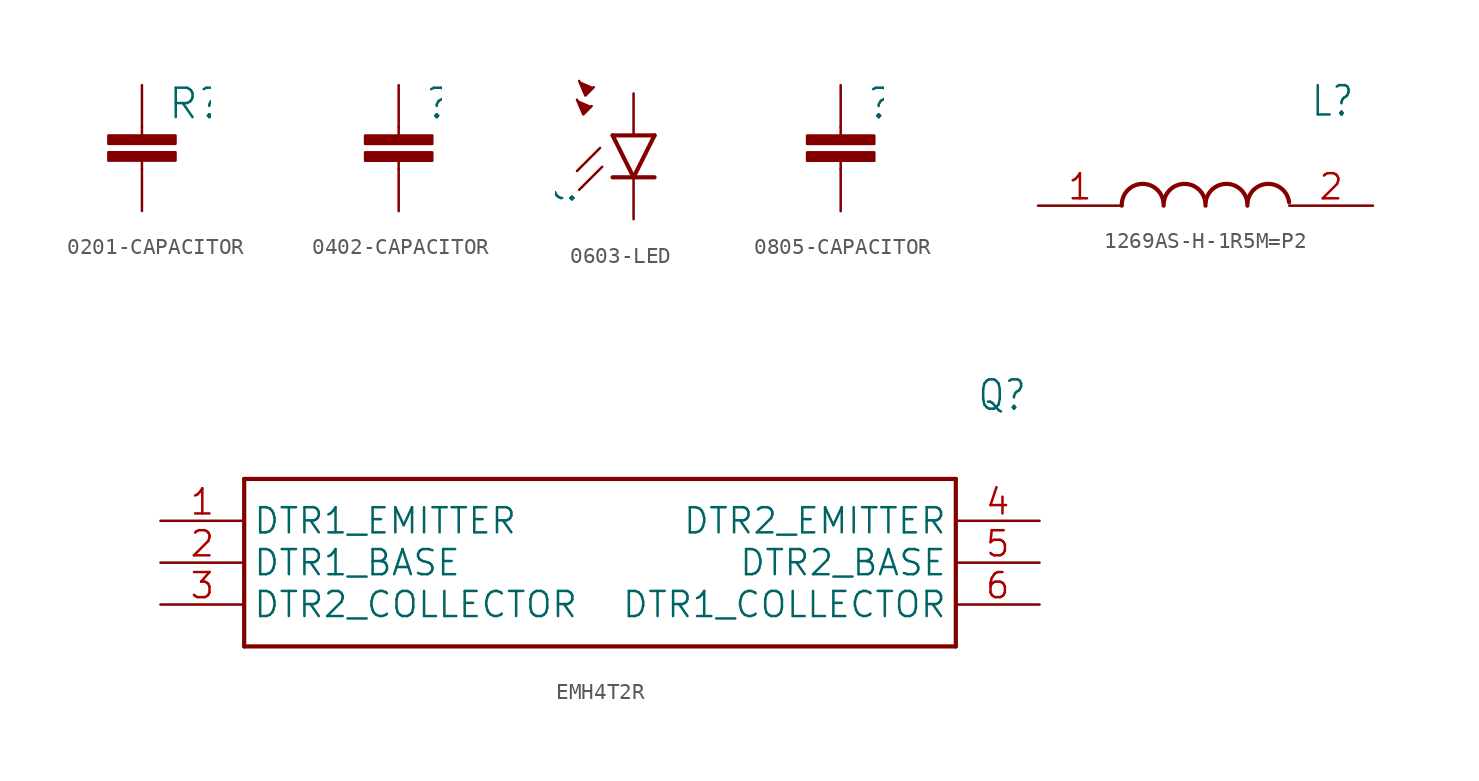
<source format=kicad_sym>
(kicad_symbol_lib
  (version 20241209)
  (generator "kicad_symbol_editor")
  (generator_version "9.0")
  (symbol "0201-CAPACITOR"
    (property "Reference" "R"
      (at 1.524 2.921 0)
      (effects (font (size 1.778 1.778)) (justify left bottom)))
    (property "Value" ""
      (at 1.524 -2.159 0)
      (effects (font (size 1.778 1.778)) (justify left bottom)))
    (property "ki_locked" ""
      (at 0 0 0)
      (effects (font (size 1.27 1.27))))
    (symbol "0201-CAPACITOR_1_0"
      (rectangle (start -2.032 1.524) (end 2.032 2.032) (stroke (width 0) (type default)) (fill (type outline)))
      (rectangle (start -2.032 0.508) (end 2.032 1.016) (stroke (width 0) (type default)) (fill (type outline)))
      (polyline (pts (xy 0 2.54) (xy 0 2.032)) (stroke (width 0.152) (type solid)) (fill (type none)))
      (polyline (pts (xy 0 0) (xy 0 0.508)) (stroke (width 0.152) (type solid)) (fill (type none)))
      (pin passive line (at 0 5.08 270) (length 2.54) (name "1" (effects (font (size 0 0)))) (number "1" (effects (font (size 0 0)))))
      (pin passive line (at 0 -2.54 90) (length 2.54) (name "2" (effects (font (size 0 0)))) (number "2" (effects (font (size 0 0)))))))
  (symbol "0402-CAPACITOR"
    (property "Reference" ""
      (at 1.524 2.921 0)
      (effects (font (size 1.778 1.778)) (justify left bottom)))
    (property "Value" ""
      (at 1.524 -2.159 0)
      (effects (font (size 1.778 1.778)) (justify left bottom)))
    (property "ki_locked" ""
      (at 0 0 0)
      (effects (font (size 1.27 1.27))))
    (symbol "0402-CAPACITOR_1_0"
      (rectangle (start -2.032 1.524) (end 2.032 2.032) (stroke (width 0) (type default)) (fill (type outline)))
      (rectangle (start -2.032 0.508) (end 2.032 1.016) (stroke (width 0) (type default)) (fill (type outline)))
      (polyline (pts (xy 0 2.54) (xy 0 2.032)) (stroke (width 0.152) (type solid)) (fill (type none)))
      (polyline (pts (xy 0 0) (xy 0 0.508)) (stroke (width 0.152) (type solid)) (fill (type none)))
      (pin passive line (at 0 5.08 270) (length 2.54) (name "1" (effects (font (size 0 0)))) (number "1" (effects (font (size 0 0)))))
      (pin passive line (at 0 -2.54 90) (length 2.54) (name "2" (effects (font (size 0 0)))) (number "2" (effects (font (size 0 0)))))))
  (symbol "0603-LED"
    (property "Reference" ""
      (at -3.429 -4.572 90)
      (effects (font (size 1.778 1.778)) (justify left bottom)))
    (property "Value" ""
      (at 1.905 -4.572 90)
      (effects (font (size 1.778 1.778)) (justify left top)))
    (property "ki_locked" ""
      (at 0 0 0)
      (effects (font (size 1.27 1.27))))
    (symbol "0603-LED_1_0"
      (polyline (pts (xy -3.429 2.159) (xy -3.048 1.27) (xy -2.54 1.778)) (stroke (width 0.152) (type solid)) (fill (type outline)))
      (polyline (pts (xy -3.302 3.302) (xy -2.921 2.413) (xy -2.413 2.921)) (stroke (width 0.152) (type solid)) (fill (type outline)))
      (polyline (pts (xy -2.032 -0.762) (xy -3.429 -2.159)) (stroke (width 0.152) (type solid)) (fill (type none)))
      (polyline (pts (xy -1.905 -1.905) (xy -3.302 -3.302)) (stroke (width 0.152) (type solid)) (fill (type none)))
      (polyline (pts (xy 0 -2.54) (xy -1.27 0)) (stroke (width 0.254) (type solid)) (fill (type none)))
      (polyline (pts (xy 0 -2.54) (xy -1.27 -2.54)) (stroke (width 0.254) (type solid)) (fill (type none)))
      (polyline (pts (xy 1.27 0) (xy -1.27 0)) (stroke (width 0.254) (type solid)) (fill (type none)))
      (polyline (pts (xy 1.27 0) (xy 0 -2.54)) (stroke (width 0.254) (type solid)) (fill (type none)))
      (polyline (pts (xy 1.27 -2.54) (xy 0 -2.54)) (stroke (width 0.254) (type solid)) (fill (type none)))
      (pin passive line (at 0 2.54 270) (length 2.54) (name "A" (effects (font (size 0 0)))) (number "A" (effects (font (size 0 0)))))
      (pin passive line (at 0 -5.08 90) (length 2.54) (name "C" (effects (font (size 0 0)))) (number "C" (effects (font (size 0 0)))))))
  (symbol "0805-CAPACITOR"
    (property "Reference" ""
      (at 1.524 2.921 0)
      (effects (font (size 1.778 1.778)) (justify left bottom)))
    (property "Value" ""
      (at 1.524 -2.159 0)
      (effects (font (size 1.778 1.778)) (justify left bottom)))
    (property "ki_locked" ""
      (at 0 0 0)
      (effects (font (size 1.27 1.27))))
    (symbol "0805-CAPACITOR_1_0"
      (rectangle (start -2.032 1.524) (end 2.032 2.032) (stroke (width 0) (type default)) (fill (type outline)))
      (rectangle (start -2.032 0.508) (end 2.032 1.016) (stroke (width 0) (type default)) (fill (type outline)))
      (polyline (pts (xy 0 2.54) (xy 0 2.032)) (stroke (width 0.152) (type solid)) (fill (type none)))
      (polyline (pts (xy 0 0) (xy 0 0.508)) (stroke (width 0.152) (type solid)) (fill (type none)))
      (pin passive line (at 0 5.08 270) (length 2.54) (name "1" (effects (font (size 0 0)))) (number "1" (effects (font (size 0 0)))))
      (pin passive line (at 0 -2.54 90) (length 2.54) (name "2" (effects (font (size 0 0)))) (number "2" (effects (font (size 0 0)))))))
  (symbol "1269AS-H-1R5M=P2"
    (property "Reference" "L"
      (at 16.51 6.35 0)
      (effects (font (size 1.778 1.511)) (justify left)))
    (property "Value" ""
      (at 16.51 3.81 0)
      (effects (font (size 1.778 1.511)) (justify left)))
    (property "ki_locked" ""
      (at 0 0 0)
      (effects (font (size 1.27 1.27))))
    (symbol "1269AS-H-1R5M=P2_1_0"
      (arc (start 5.08 0) (mid 6.2481 1.3179) (end 7.6118 0.2037) (stroke (width 0.254) (type solid)) (fill (type none)))
      (arc (start 7.62 0) (mid 8.7881 1.3179) (end 10.1518 0.2037) (stroke (width 0.254) (type solid)) (fill (type none)))
      (arc (start 10.16 0) (mid 11.3281 1.3179) (end 12.6918 0.2037) (stroke (width 0.254) (type solid)) (fill (type none)))
      (arc (start 12.7 0) (mid 13.8681 1.3179) (end 15.2318 0.2037) (stroke (width 0.254) (type solid)) (fill (type none)))
      (pin bidirectional line (at 0 0 0) (length 5.08) (name "1" (effects (font (size 0 0)))) (number "1" (effects (font (size 1.524 1.524)))))
      (pin bidirectional line (at 20.32 0 180) (length 5.08) (name "2" (effects (font (size 0 0)))) (number "2" (effects (font (size 1.524 1.524)))))))
  (symbol "EMH4T2R"
    (property "Reference" "Q"
      (at 49.53 7.62 0)
      (effects (font (size 1.778 1.511)) (justify left)))
    (property "Value" ""
      (at 49.53 5.08 0)
      (effects (font (size 1.778 1.511)) (justify left)))
    (property "ki_locked" ""
      (at 0 0 0)
      (effects (font (size 1.27 1.27))))
    (symbol "EMH4T2R_1_0"
      (polyline (pts (xy 5.08 2.54) (xy 5.08 -7.62)) (stroke (width 0.254) (type solid)) (fill (type none)))
      (polyline (pts (xy 5.08 2.54) (xy 48.26 2.54)) (stroke (width 0.254) (type solid)) (fill (type none)))
      (polyline (pts (xy 48.26 -7.62) (xy 5.08 -7.62)) (stroke (width 0.254) (type solid)) (fill (type none)))
      (polyline (pts (xy 48.26 -7.62) (xy 48.26 2.54)) (stroke (width 0.254) (type solid)) (fill (type none)))
      (pin bidirectional line (at 0 0 0) (length 5.08) (name "DTR1_EMITTER" (effects (font (size 1.524 1.524)))) (number "1" (effects (font (size 1.524 1.524)))))
      (pin bidirectional line (at 0 -2.54 0) (length 5.08) (name "DTR1_BASE" (effects (font (size 1.524 1.524)))) (number "2" (effects (font (size 1.524 1.524)))))
      (pin bidirectional line (at 0 -5.08 0) (length 5.08) (name "DTR2_COLLECTOR" (effects (font (size 1.524 1.524)))) (number "3" (effects (font (size 1.524 1.524)))))
      (pin bidirectional line (at 53.34 0 180) (length 5.08) (name "DTR2_EMITTER" (effects (font (size 1.524 1.524)))) (number "4" (effects (font (size 1.524 1.524)))))
      (pin bidirectional line (at 53.34 -2.54 180) (length 5.08) (name "DTR2_BASE" (effects (font (size 1.524 1.524)))) (number "5" (effects (font (size 1.524 1.524)))))
      (pin bidirectional line (at 53.34 -5.08 180) (length 5.08) (name "DTR1_COLLECTOR" (effects (font (size 1.524 1.524)))) (number "6" (effects (font (size 1.524 1.524))))))))
</source>
